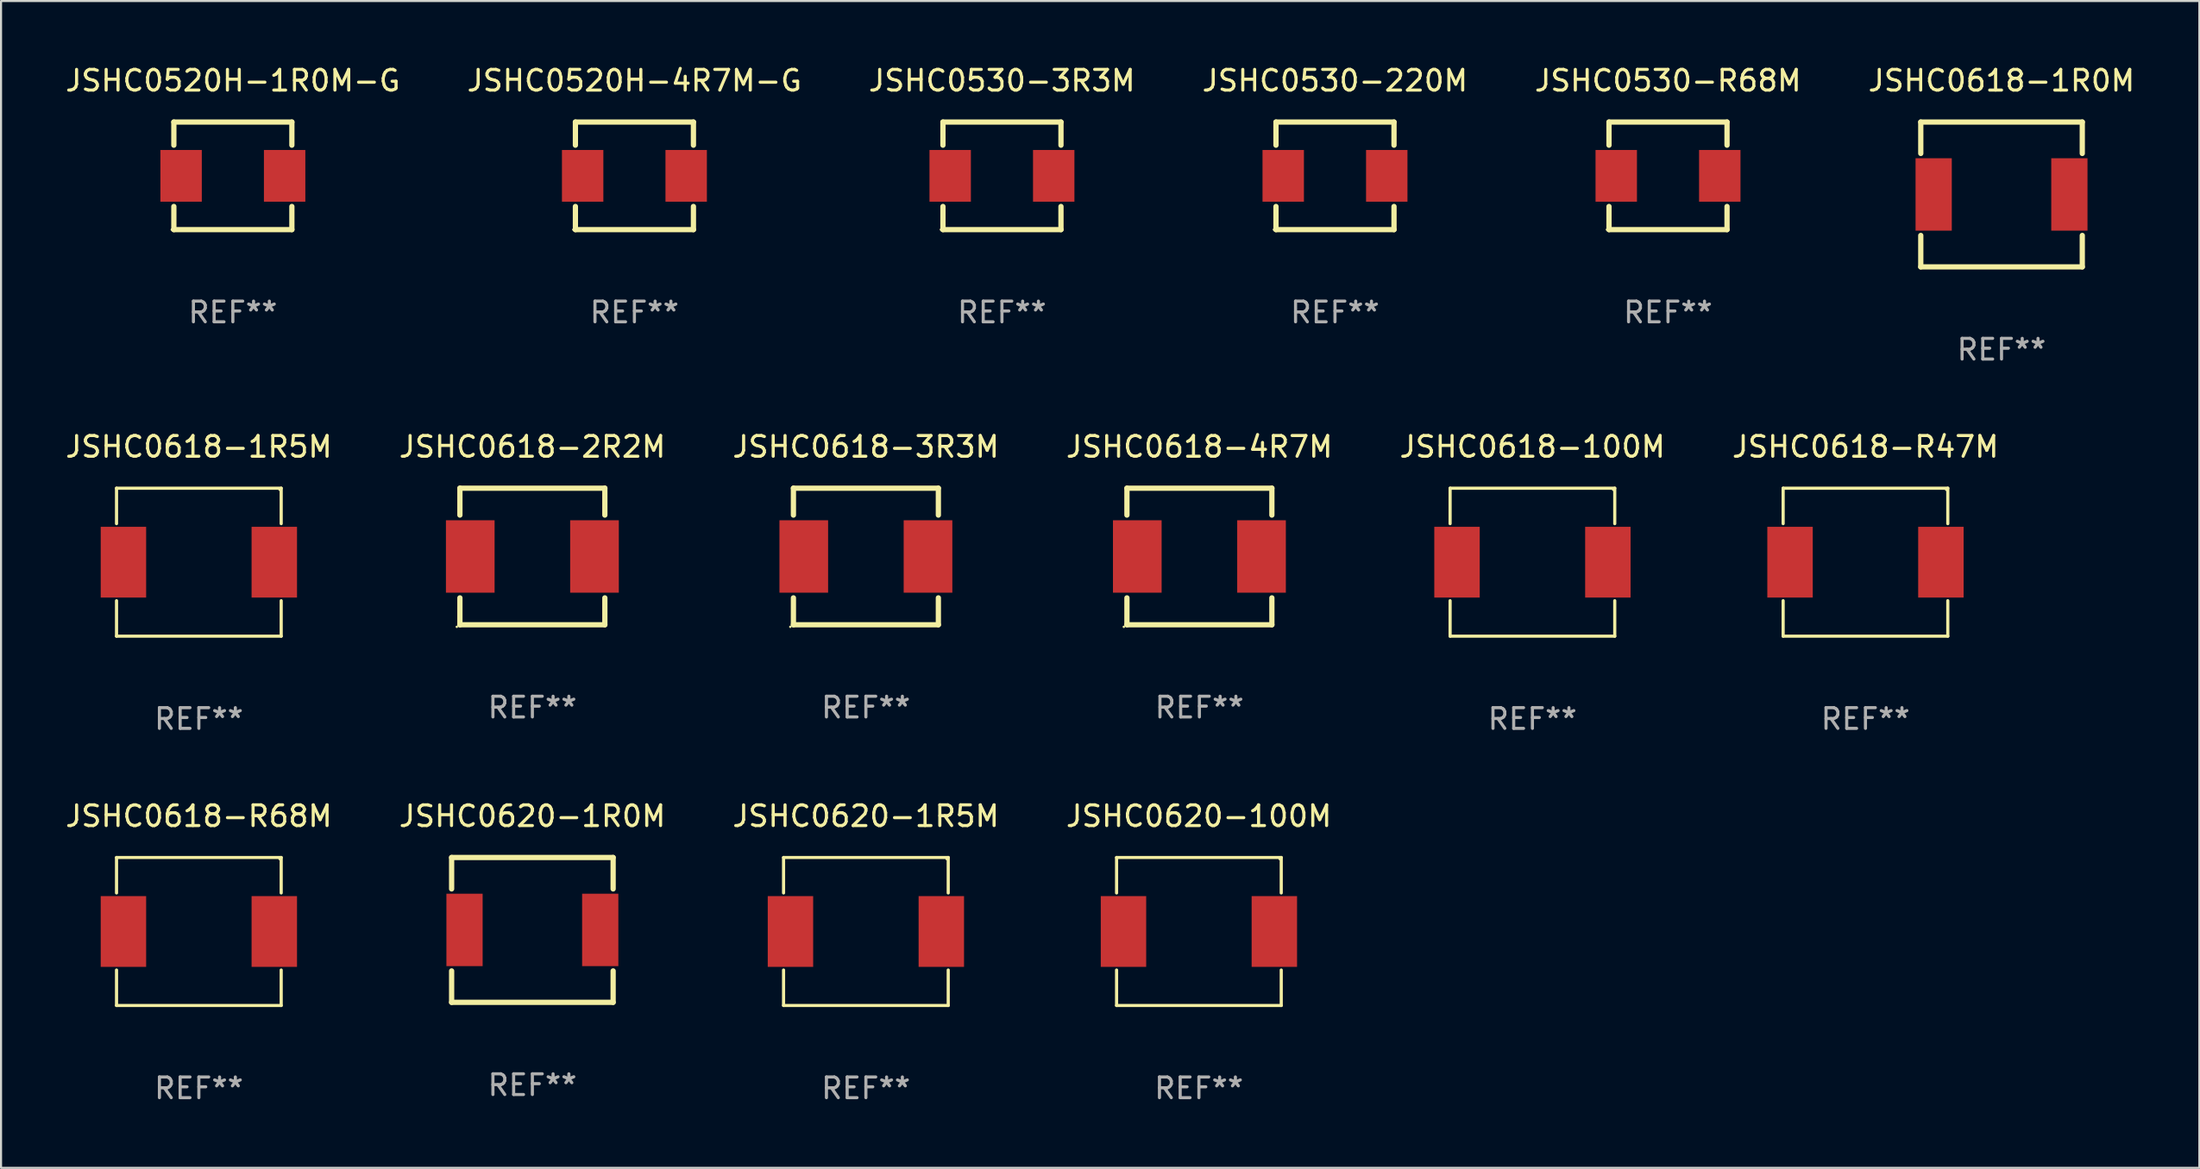
<source format=kicad_pcb>
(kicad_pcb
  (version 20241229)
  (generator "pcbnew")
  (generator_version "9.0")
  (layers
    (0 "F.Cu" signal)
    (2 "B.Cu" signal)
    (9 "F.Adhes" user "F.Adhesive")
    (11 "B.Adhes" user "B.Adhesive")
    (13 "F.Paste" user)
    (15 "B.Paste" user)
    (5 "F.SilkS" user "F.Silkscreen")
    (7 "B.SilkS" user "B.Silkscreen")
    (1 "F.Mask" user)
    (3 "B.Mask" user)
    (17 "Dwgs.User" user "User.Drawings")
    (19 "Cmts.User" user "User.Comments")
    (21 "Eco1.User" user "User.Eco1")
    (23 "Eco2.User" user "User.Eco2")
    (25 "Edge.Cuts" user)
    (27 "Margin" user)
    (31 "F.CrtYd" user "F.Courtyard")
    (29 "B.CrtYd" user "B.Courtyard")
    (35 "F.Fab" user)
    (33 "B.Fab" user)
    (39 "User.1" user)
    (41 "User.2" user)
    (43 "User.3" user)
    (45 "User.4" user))
  (footprint "JSHC0520H-4R7M-G"
    (layer "F.Cu")
    (at 27.589 5.448)
    (property "Reference" "JSHC0520H-4R7M-G" (at 0 -4.6 0) (layer "F.SilkS") (effects (font (size 1 1) (thickness 0.15))))
    (attr through_hole)
    (fp_line (start -2.85 -2.6) (end -2.85 -1.481) (stroke (width 0.254) (type solid)) (layer "F.SilkS"))
    (fp_line (start -2.85 1.481) (end -2.85 2.6) (stroke (width 0.254) (type solid)) (layer "F.SilkS"))
    (fp_line (start -2.85 2.6) (end 2.85 2.6) (stroke (width 0.254) (type solid)) (layer "F.SilkS"))
    (fp_line (start 2.85 -2.6) (end -2.85 -2.6) (stroke (width 0.254) (type solid)) (layer "F.SilkS"))
    (fp_line (start 2.85 -1.481) (end 2.85 -2.6) (stroke (width 0.254) (type solid)) (layer "F.SilkS"))
    (fp_line (start 2.85 2.6) (end 2.85 1.481) (stroke (width 0.254) (type solid)) (layer "F.SilkS"))
    (fp_circle (center -2.95 2.6) (end -2.92 2.6) (stroke (width 0.06) (type solid)) (fill no) (layer "F.SilkS"))
    (fp_text user "REF**" (at 0 6.6 0) (layer "F.Fab") (effects (font (size 1 1) (thickness 0.15))))
    (pad "1" smd rect (at -2.5 0) (size 2 2.5) (layers "F.Cu" "F.Mask" "F.Paste"))
    (pad "2" smd rect (at 2.5 0) (size 2 2.5) (layers "F.Cu" "F.Mask" "F.Paste")))
  (footprint "JSHC0618-100M"
    (layer "F.Cu")
    (at 70.958 24.121)
    (property "Reference" "JSHC0618-100M" (at 0 -5.576 0) (layer "F.SilkS") (effects (font (size 1 1) (thickness 0.15))))
    (attr through_hole)
    (fp_line (start -3.976 -3.576) (end 3.976 -3.576) (stroke (width 0.152) (type solid)) (layer "F.SilkS"))
    (fp_line (start -3.976 -1.862) (end -3.976 -3.576) (stroke (width 0.152) (type solid)) (layer "F.SilkS"))
    (fp_line (start -3.976 1.862) (end -3.976 3.576) (stroke (width 0.152) (type solid)) (layer "F.SilkS"))
    (fp_line (start -3.976 3.576) (end 3.976 3.576) (stroke (width 0.152) (type solid)) (layer "F.SilkS"))
    (fp_line (start 3.976 -3.576) (end 3.976 -1.862) (stroke (width 0.152) (type solid)) (layer "F.SilkS"))
    (fp_line (start 3.976 3.576) (end 3.976 1.862) (stroke (width 0.152) (type solid)) (layer "F.SilkS"))
    (fp_circle (center 3.9 -3.5) (end 3.93 -3.5) (stroke (width 0.06) (type solid)) (fill no) (layer "F.SilkS"))
    (fp_text user "REF**" (at 0 7.576 0) (layer "F.Fab") (effects (font (size 1 1) (thickness 0.15))))
    (pad "1" smd rect (at 3.643 0) (size 2.194 3.42) (layers "F.Cu" "F.Mask" "F.Paste"))
    (pad "2" smd rect (at -3.643 0) (size 2.194 3.42) (layers "F.Cu" "F.Mask" "F.Paste")))
  (footprint "JSHC0620-1R5M"
    (layer "F.Cu")
    (at 38.768 41.97)
    (property "Reference" "JSHC0620-1R5M" (at 0 -5.576 0) (layer "F.SilkS") (effects (font (size 1 1) (thickness 0.15))))
    (attr through_hole)
    (fp_line (start -3.976 -3.576) (end 3.976 -3.576) (stroke (width 0.152) (type solid)) (layer "F.SilkS"))
    (fp_line (start -3.976 -1.862) (end -3.976 -3.576) (stroke (width 0.152) (type solid)) (layer "F.SilkS"))
    (fp_line (start -3.976 1.862) (end -3.976 3.576) (stroke (width 0.152) (type solid)) (layer "F.SilkS"))
    (fp_line (start -3.976 3.576) (end 3.976 3.576) (stroke (width 0.152) (type solid)) (layer "F.SilkS"))
    (fp_line (start 3.976 -3.576) (end 3.976 -1.862) (stroke (width 0.152) (type solid)) (layer "F.SilkS"))
    (fp_line (start 3.976 3.576) (end 3.976 1.862) (stroke (width 0.152) (type solid)) (layer "F.SilkS"))
    (fp_circle (center 3.9 -3.5) (end 3.93 -3.5) (stroke (width 0.06) (type solid)) (fill no) (layer "F.SilkS"))
    (fp_text user "REF**" (at 0 7.576 0) (layer "F.Fab") (effects (font (size 1 1) (thickness 0.15))))
    (pad "1" smd rect (at 3.643 0) (size 2.194 3.42) (layers "F.Cu" "F.Mask" "F.Paste"))
    (pad "2" smd rect (at -3.643 0) (size 2.194 3.42) (layers "F.Cu" "F.Mask" "F.Paste")))
  (footprint "JSHC0620-1R0M"
    (layer "F.Cu")
    (at 22.661 41.894)
    (property "Reference" "JSHC0620-1R0M" (at 0 -5.5 0) (layer "F.SilkS") (effects (font (size 1 1) (thickness 0.15))))
    (attr through_hole)
    (fp_line (start -3.9 -3.5) (end -3.9 -1.981) (stroke (width 0.254) (type solid)) (layer "F.SilkS"))
    (fp_line (start -3.9 -3.5) (end 3.9 -3.5) (stroke (width 0.254) (type solid)) (layer "F.SilkS"))
    (fp_line (start -3.9 1.981) (end -3.9 3.5) (stroke (width 0.254) (type solid)) (layer "F.SilkS"))
    (fp_line (start -3.9 3.5) (end 3.9 3.5) (stroke (width 0.254) (type solid)) (layer "F.SilkS"))
    (fp_line (start 3.9 -3.5) (end 3.9 -1.981) (stroke (width 0.254) (type solid)) (layer "F.SilkS"))
    (fp_line (start 3.9 1.981) (end 3.9 3.5) (stroke (width 0.254) (type solid)) (layer "F.SilkS"))
    (fp_circle (center -3.9 3.5) (end -3.87 3.5) (stroke (width 0.06) (type solid)) (fill no) (layer "F.SilkS"))
    (fp_text user "REF**" (at 0 7.5 0) (layer "F.Fab") (effects (font (size 1 1) (thickness 0.15))))
    (pad "1" smd rect (at -3.277 0 90) (size 3.5 1.75) (layers "F.Cu" "F.Mask" "F.Paste"))
    (pad "2" smd rect (at 3.277 0 90) (size 3.5 1.75) (layers "F.Cu" "F.Mask" "F.Paste")))
  (footprint "JSHC0618-4R7M"
    (layer "F.Cu")
    (at 54.875 23.845)
    (property "Reference" "JSHC0618-4R7M" (at 0 -5.3 0) (layer "F.SilkS") (effects (font (size 1 1) (thickness 0.15))))
    (attr through_hole)
    (fp_line (start -3.5 3.3) (end 3.5 3.3) (stroke (width 0.254) (type solid)) (layer "F.SilkS"))
    (fp_line (start -3.5 -3.3) (end -3.5 -2) (stroke (width 0.254) (type solid)) (layer "F.SilkS"))
    (fp_line (start -3.5 -3.3) (end 3.5 -3.3) (stroke (width 0.254) (type solid)) (layer "F.SilkS"))
    (fp_line (start -3.5 2) (end -3.5 3.3) (stroke (width 0.254) (type solid)) (layer "F.SilkS"))
    (fp_line (start 3.5 -3.3) (end 3.5 -2) (stroke (width 0.254) (type solid)) (layer "F.SilkS"))
    (fp_line (start 3.5 2) (end 3.5 3.3) (stroke (width 0.254) (type solid)) (layer "F.SilkS"))
    (fp_circle (center -3.65 3.4) (end -3.62 3.4) (stroke (width 0.06) (type solid)) (fill no) (layer "F.SilkS"))
    (fp_text user "REF**" (at 0 7.3 0) (layer "F.Fab") (effects (font (size 1 1) (thickness 0.15))))
    (pad "1" smd rect (at -3 0) (size 2.35 3.5) (layers "F.Cu" "F.Mask" "F.Paste"))
    (pad "2" smd rect (at 3 0) (size 2.35 3.5) (layers "F.Cu" "F.Mask" "F.Paste")))
  (footprint "JSHC0618-1R0M"
    (layer "F.Cu")
    (at 93.613 6.348)
    (property "Reference" "JSHC0618-1R0M" (at 0 -5.5 0) (layer "F.SilkS") (effects (font (size 1 1) (thickness 0.15))))
    (attr through_hole)
    (fp_line (start -3.9 -3.5) (end -3.9 -1.981) (stroke (width 0.254) (type solid)) (layer "F.SilkS"))
    (fp_line (start -3.9 -3.5) (end 3.9 -3.5) (stroke (width 0.254) (type solid)) (layer "F.SilkS"))
    (fp_line (start -3.9 1.981) (end -3.9 3.5) (stroke (width 0.254) (type solid)) (layer "F.SilkS"))
    (fp_line (start -3.9 3.5) (end 3.9 3.5) (stroke (width 0.254) (type solid)) (layer "F.SilkS"))
    (fp_line (start 3.9 -3.5) (end 3.9 -1.981) (stroke (width 0.254) (type solid)) (layer "F.SilkS"))
    (fp_line (start 3.9 1.981) (end 3.9 3.5) (stroke (width 0.254) (type solid)) (layer "F.SilkS"))
    (fp_circle (center -3.9 3.5) (end -3.87 3.5) (stroke (width 0.06) (type solid)) (fill no) (layer "F.SilkS"))
    (fp_text user "REF**" (at 0 7.5 0) (layer "F.Fab") (effects (font (size 1 1) (thickness 0.15))))
    (pad "1" smd rect (at -3.277 0 90) (size 3.5 1.75) (layers "F.Cu" "F.Mask" "F.Paste"))
    (pad "2" smd rect (at 3.277 0 90) (size 3.5 1.75) (layers "F.Cu" "F.Mask" "F.Paste")))
  (footprint "JSHC0618-3R3M"
    (layer "F.Cu")
    (at 38.768 23.845)
    (property "Reference" "JSHC0618-3R3M" (at 0 -5.3 0) (layer "F.SilkS") (effects (font (size 1 1) (thickness 0.15))))
    (attr through_hole)
    (fp_line (start -3.5 3.3) (end 3.5 3.3) (stroke (width 0.254) (type solid)) (layer "F.SilkS"))
    (fp_line (start -3.5 -3.3) (end -3.5 -2) (stroke (width 0.254) (type solid)) (layer "F.SilkS"))
    (fp_line (start -3.5 -3.3) (end 3.5 -3.3) (stroke (width 0.254) (type solid)) (layer "F.SilkS"))
    (fp_line (start -3.5 2) (end -3.5 3.3) (stroke (width 0.254) (type solid)) (layer "F.SilkS"))
    (fp_line (start 3.5 -3.3) (end 3.5 -2) (stroke (width 0.254) (type solid)) (layer "F.SilkS"))
    (fp_line (start 3.5 2) (end 3.5 3.3) (stroke (width 0.254) (type solid)) (layer "F.SilkS"))
    (fp_circle (center -3.65 3.4) (end -3.62 3.4) (stroke (width 0.06) (type solid)) (fill no) (layer "F.SilkS"))
    (fp_text user "REF**" (at 0 7.3 0) (layer "F.Fab") (effects (font (size 1 1) (thickness 0.15))))
    (pad "1" smd rect (at -3 0) (size 2.35 3.5) (layers "F.Cu" "F.Mask" "F.Paste"))
    (pad "2" smd rect (at 3 0) (size 2.35 3.5) (layers "F.Cu" "F.Mask" "F.Paste")))
  (footprint "JSHC0530-R68M"
    (layer "F.Cu")
    (at 77.506 5.448)
    (property "Reference" "JSHC0530-R68M" (at 0 -4.6 0) (layer "F.SilkS") (effects (font (size 1 1) (thickness 0.15))))
    (attr through_hole)
    (fp_line (start -2.85 -2.6) (end -2.85 -1.481) (stroke (width 0.254) (type solid)) (layer "F.SilkS"))
    (fp_line (start -2.85 1.481) (end -2.85 2.6) (stroke (width 0.254) (type solid)) (layer "F.SilkS"))
    (fp_line (start -2.85 2.6) (end 2.85 2.6) (stroke (width 0.254) (type solid)) (layer "F.SilkS"))
    (fp_line (start 2.85 -2.6) (end -2.85 -2.6) (stroke (width 0.254) (type solid)) (layer "F.SilkS"))
    (fp_line (start 2.85 -1.481) (end 2.85 -2.6) (stroke (width 0.254) (type solid)) (layer "F.SilkS"))
    (fp_line (start 2.85 2.6) (end 2.85 1.481) (stroke (width 0.254) (type solid)) (layer "F.SilkS"))
    (fp_circle (center -2.95 2.6) (end -2.92 2.6) (stroke (width 0.06) (type solid)) (fill no) (layer "F.SilkS"))
    (fp_text user "REF**" (at 0 6.6 0) (layer "F.Fab") (effects (font (size 1 1) (thickness 0.15))))
    (pad "1" smd rect (at -2.5 0) (size 2 2.5) (layers "F.Cu" "F.Mask" "F.Paste"))
    (pad "2" smd rect (at 2.5 0) (size 2 2.5) (layers "F.Cu" "F.Mask" "F.Paste")))
  (footprint "JSHC0530-3R3M"
    (layer "F.Cu")
    (at 45.339 5.448)
    (property "Reference" "JSHC0530-3R3M" (at 0 -4.6 0) (layer "F.SilkS") (effects (font (size 1 1) (thickness 0.15))))
    (attr through_hole)
    (fp_line (start -2.85 -2.6) (end -2.85 -1.481) (stroke (width 0.254) (type solid)) (layer "F.SilkS"))
    (fp_line (start -2.85 1.481) (end -2.85 2.6) (stroke (width 0.254) (type solid)) (layer "F.SilkS"))
    (fp_line (start -2.85 2.6) (end 2.85 2.6) (stroke (width 0.254) (type solid)) (layer "F.SilkS"))
    (fp_line (start 2.85 -2.6) (end -2.85 -2.6) (stroke (width 0.254) (type solid)) (layer "F.SilkS"))
    (fp_line (start 2.85 -1.481) (end 2.85 -2.6) (stroke (width 0.254) (type solid)) (layer "F.SilkS"))
    (fp_line (start 2.85 2.6) (end 2.85 1.481) (stroke (width 0.254) (type solid)) (layer "F.SilkS"))
    (fp_circle (center -2.95 2.6) (end -2.92 2.6) (stroke (width 0.06) (type solid)) (fill no) (layer "F.SilkS"))
    (fp_text user "REF**" (at 0 6.6 0) (layer "F.Fab") (effects (font (size 1 1) (thickness 0.15))))
    (pad "1" smd rect (at -2.5 0) (size 2 2.5) (layers "F.Cu" "F.Mask" "F.Paste"))
    (pad "2" smd rect (at 2.5 0) (size 2 2.5) (layers "F.Cu" "F.Mask" "F.Paste")))
  (footprint "JSHC0520H-1R0M-G"
    (layer "F.Cu")
    (at 8.196 5.448)
    (property "Reference" "JSHC0520H-1R0M-G" (at 0 -4.6 0) (layer "F.SilkS") (effects (font (size 1 1) (thickness 0.15))))
    (attr through_hole)
    (fp_line (start -2.85 -2.6) (end -2.85 -1.481) (stroke (width 0.254) (type solid)) (layer "F.SilkS"))
    (fp_line (start -2.85 1.481) (end -2.85 2.6) (stroke (width 0.254) (type solid)) (layer "F.SilkS"))
    (fp_line (start -2.85 2.6) (end 2.85 2.6) (stroke (width 0.254) (type solid)) (layer "F.SilkS"))
    (fp_line (start 2.85 -2.6) (end -2.85 -2.6) (stroke (width 0.254) (type solid)) (layer "F.SilkS"))
    (fp_line (start 2.85 -1.481) (end 2.85 -2.6) (stroke (width 0.254) (type solid)) (layer "F.SilkS"))
    (fp_line (start 2.85 2.6) (end 2.85 1.481) (stroke (width 0.254) (type solid)) (layer "F.SilkS"))
    (fp_circle (center -2.95 2.6) (end -2.92 2.6) (stroke (width 0.06) (type solid)) (fill no) (layer "F.SilkS"))
    (fp_text user "REF**" (at 0 6.6 0) (layer "F.Fab") (effects (font (size 1 1) (thickness 0.15))))
    (pad "1" smd rect (at -2.5 0) (size 2 2.5) (layers "F.Cu" "F.Mask" "F.Paste"))
    (pad "2" smd rect (at 2.5 0) (size 2 2.5) (layers "F.Cu" "F.Mask" "F.Paste")))
  (footprint "JSHC0620-100M"
    (layer "F.Cu")
    (at 54.851 41.97)
    (property "Reference" "JSHC0620-100M" (at 0 -5.576 0) (layer "F.SilkS") (effects (font (size 1 1) (thickness 0.15))))
    (attr through_hole)
    (fp_line (start -3.976 -3.576) (end 3.976 -3.576) (stroke (width 0.152) (type solid)) (layer "F.SilkS"))
    (fp_line (start -3.976 -1.862) (end -3.976 -3.576) (stroke (width 0.152) (type solid)) (layer "F.SilkS"))
    (fp_line (start -3.976 1.862) (end -3.976 3.576) (stroke (width 0.152) (type solid)) (layer "F.SilkS"))
    (fp_line (start -3.976 3.576) (end 3.976 3.576) (stroke (width 0.152) (type solid)) (layer "F.SilkS"))
    (fp_line (start 3.976 -3.576) (end 3.976 -1.862) (stroke (width 0.152) (type solid)) (layer "F.SilkS"))
    (fp_line (start 3.976 3.576) (end 3.976 1.862) (stroke (width 0.152) (type solid)) (layer "F.SilkS"))
    (fp_circle (center 3.9 -3.5) (end 3.93 -3.5) (stroke (width 0.06) (type solid)) (fill no) (layer "F.SilkS"))
    (fp_text user "REF**" (at 0 7.576 0) (layer "F.Fab") (effects (font (size 1 1) (thickness 0.15))))
    (pad "1" smd rect (at 3.643 0) (size 2.194 3.42) (layers "F.Cu" "F.Mask" "F.Paste"))
    (pad "2" smd rect (at -3.643 0) (size 2.194 3.42) (layers "F.Cu" "F.Mask" "F.Paste")))
  (footprint "JSHC0618-R47M"
    (layer "F.Cu")
    (at 87.042 24.121)
    (property "Reference" "JSHC0618-R47M" (at 0 -5.576 0) (layer "F.SilkS") (effects (font (size 1 1) (thickness 0.15))))
    (attr through_hole)
    (fp_line (start -3.976 -3.576) (end 3.976 -3.576) (stroke (width 0.152) (type solid)) (layer "F.SilkS"))
    (fp_line (start -3.976 -1.862) (end -3.976 -3.576) (stroke (width 0.152) (type solid)) (layer "F.SilkS"))
    (fp_line (start -3.976 1.862) (end -3.976 3.576) (stroke (width 0.152) (type solid)) (layer "F.SilkS"))
    (fp_line (start -3.976 3.576) (end 3.976 3.576) (stroke (width 0.152) (type solid)) (layer "F.SilkS"))
    (fp_line (start 3.976 -3.576) (end 3.976 -1.862) (stroke (width 0.152) (type solid)) (layer "F.SilkS"))
    (fp_line (start 3.976 3.576) (end 3.976 1.862) (stroke (width 0.152) (type solid)) (layer "F.SilkS"))
    (fp_circle (center 3.9 -3.5) (end 3.93 -3.5) (stroke (width 0.06) (type solid)) (fill no) (layer "F.SilkS"))
    (fp_text user "REF**" (at 0 7.576 0) (layer "F.Fab") (effects (font (size 1 1) (thickness 0.15))))
    (pad "1" smd rect (at 3.643 0) (size 2.194 3.42) (layers "F.Cu" "F.Mask" "F.Paste"))
    (pad "2" smd rect (at -3.643 0) (size 2.194 3.42) (layers "F.Cu" "F.Mask" "F.Paste")))
  (footprint "JSHC0530-220M"
    (layer "F.Cu")
    (at 61.423 5.448)
    (property "Reference" "JSHC0530-220M" (at 0 -4.6 0) (layer "F.SilkS") (effects (font (size 1 1) (thickness 0.15))))
    (attr through_hole)
    (fp_line (start -2.85 -2.6) (end -2.85 -1.481) (stroke (width 0.254) (type solid)) (layer "F.SilkS"))
    (fp_line (start -2.85 1.481) (end -2.85 2.6) (stroke (width 0.254) (type solid)) (layer "F.SilkS"))
    (fp_line (start -2.85 2.6) (end 2.85 2.6) (stroke (width 0.254) (type solid)) (layer "F.SilkS"))
    (fp_line (start 2.85 -2.6) (end -2.85 -2.6) (stroke (width 0.254) (type solid)) (layer "F.SilkS"))
    (fp_line (start 2.85 -1.481) (end 2.85 -2.6) (stroke (width 0.254) (type solid)) (layer "F.SilkS"))
    (fp_line (start 2.85 2.6) (end 2.85 1.481) (stroke (width 0.254) (type solid)) (layer "F.SilkS"))
    (fp_circle (center -2.95 2.6) (end -2.92 2.6) (stroke (width 0.06) (type solid)) (fill no) (layer "F.SilkS"))
    (fp_text user "REF**" (at 0 6.6 0) (layer "F.Fab") (effects (font (size 1 1) (thickness 0.15))))
    (pad "1" smd rect (at -2.5 0) (size 2 2.5) (layers "F.Cu" "F.Mask" "F.Paste"))
    (pad "2" smd rect (at 2.5 0) (size 2 2.5) (layers "F.Cu" "F.Mask" "F.Paste")))
  (footprint "JSHC0618-R68M"
    (layer "F.Cu")
    (at 6.554 41.97)
    (property "Reference" "JSHC0618-R68M" (at 0 -5.576 0) (layer "F.SilkS") (effects (font (size 1 1) (thickness 0.15))))
    (attr through_hole)
    (fp_line (start -3.976 -3.576) (end 3.976 -3.576) (stroke (width 0.152) (type solid)) (layer "F.SilkS"))
    (fp_line (start -3.976 -1.862) (end -3.976 -3.576) (stroke (width 0.152) (type solid)) (layer "F.SilkS"))
    (fp_line (start -3.976 1.862) (end -3.976 3.576) (stroke (width 0.152) (type solid)) (layer "F.SilkS"))
    (fp_line (start -3.976 3.576) (end 3.976 3.576) (stroke (width 0.152) (type solid)) (layer "F.SilkS"))
    (fp_line (start 3.976 -3.576) (end 3.976 -1.862) (stroke (width 0.152) (type solid)) (layer "F.SilkS"))
    (fp_line (start 3.976 3.576) (end 3.976 1.862) (stroke (width 0.152) (type solid)) (layer "F.SilkS"))
    (fp_circle (center 3.9 -3.5) (end 3.93 -3.5) (stroke (width 0.06) (type solid)) (fill no) (layer "F.SilkS"))
    (fp_text user "REF**" (at 0 7.576 0) (layer "F.Fab") (effects (font (size 1 1) (thickness 0.15))))
    (pad "1" smd rect (at 3.643 0) (size 2.194 3.42) (layers "F.Cu" "F.Mask" "F.Paste"))
    (pad "2" smd rect (at -3.643 0) (size 2.194 3.42) (layers "F.Cu" "F.Mask" "F.Paste")))
  (footprint "JSHC0618-2R2M"
    (layer "F.Cu")
    (at 22.661 23.845)
    (property "Reference" "JSHC0618-2R2M" (at 0 -5.3 0) (layer "F.SilkS") (effects (font (size 1 1) (thickness 0.15))))
    (attr through_hole)
    (fp_line (start -3.5 3.3) (end 3.5 3.3) (stroke (width 0.254) (type solid)) (layer "F.SilkS"))
    (fp_line (start -3.5 -3.3) (end -3.5 -2) (stroke (width 0.254) (type solid)) (layer "F.SilkS"))
    (fp_line (start -3.5 -3.3) (end 3.5 -3.3) (stroke (width 0.254) (type solid)) (layer "F.SilkS"))
    (fp_line (start -3.5 2) (end -3.5 3.3) (stroke (width 0.254) (type solid)) (layer "F.SilkS"))
    (fp_line (start 3.5 -3.3) (end 3.5 -2) (stroke (width 0.254) (type solid)) (layer "F.SilkS"))
    (fp_line (start 3.5 2) (end 3.5 3.3) (stroke (width 0.254) (type solid)) (layer "F.SilkS"))
    (fp_circle (center -3.65 3.4) (end -3.62 3.4) (stroke (width 0.06) (type solid)) (fill no) (layer "F.SilkS"))
    (fp_text user "REF**" (at 0 7.3 0) (layer "F.Fab") (effects (font (size 1 1) (thickness 0.15))))
    (pad "1" smd rect (at -3 0) (size 2.35 3.5) (layers "F.Cu" "F.Mask" "F.Paste"))
    (pad "2" smd rect (at 3 0) (size 2.35 3.5) (layers "F.Cu" "F.Mask" "F.Paste")))
  (footprint "JSHC0618-1R5M"
    (layer "F.Cu")
    (at 6.554 24.121)
    (property "Reference" "JSHC0618-1R5M" (at 0 -5.576 0) (layer "F.SilkS") (effects (font (size 1 1) (thickness 0.15))))
    (attr through_hole)
    (fp_line (start -3.976 -3.576) (end 3.976 -3.576) (stroke (width 0.152) (type solid)) (layer "F.SilkS"))
    (fp_line (start -3.976 -1.862) (end -3.976 -3.576) (stroke (width 0.152) (type solid)) (layer "F.SilkS"))
    (fp_line (start -3.976 1.862) (end -3.976 3.576) (stroke (width 0.152) (type solid)) (layer "F.SilkS"))
    (fp_line (start -3.976 3.576) (end 3.976 3.576) (stroke (width 0.152) (type solid)) (layer "F.SilkS"))
    (fp_line (start 3.976 -3.576) (end 3.976 -1.862) (stroke (width 0.152) (type solid)) (layer "F.SilkS"))
    (fp_line (start 3.976 3.576) (end 3.976 1.862) (stroke (width 0.152) (type solid)) (layer "F.SilkS"))
    (fp_circle (center 3.9 -3.5) (end 3.93 -3.5) (stroke (width 0.06) (type solid)) (fill no) (layer "F.SilkS"))
    (fp_text user "REF**" (at 0 7.576 0) (layer "F.Fab") (effects (font (size 1 1) (thickness 0.15))))
    (pad "1" smd rect (at 3.643 0) (size 2.194 3.42) (layers "F.Cu" "F.Mask" "F.Paste"))
    (pad "2" smd rect (at -3.643 0) (size 2.194 3.42) (layers "F.Cu" "F.Mask" "F.Paste")))
  (gr_rect
    (start -3 -3)
    (end 103.167 53.394)
    (stroke (width 0.1) (type default))
    (fill no)
    (layer "Edge.Cuts")))
</source>
